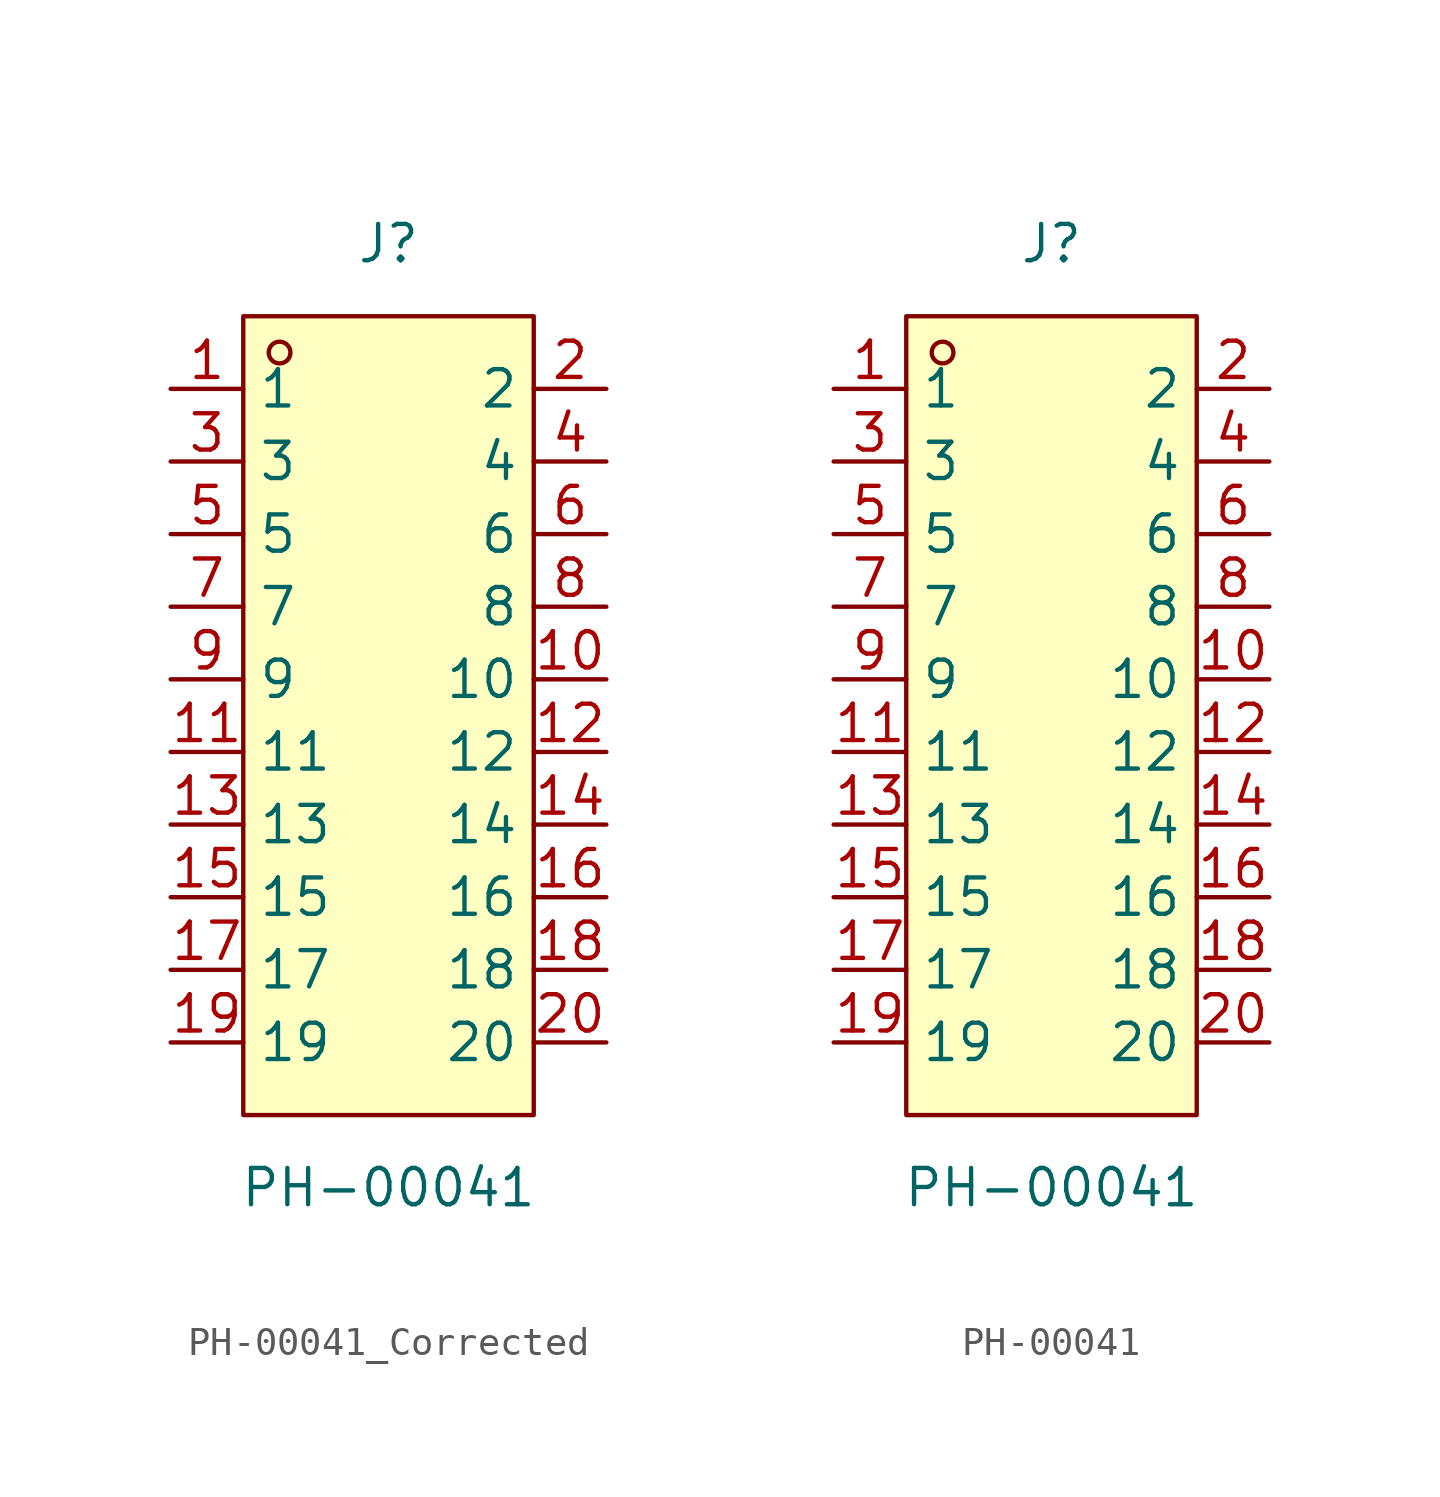
<source format=kicad_sym>
(kicad_symbol_lib
  (version 20220914)
  (generator kicad_symbol_editor)
  (symbol "PH-00041_Corrected"
    (property "Reference" "J"
      (at 0 16.51 0)
      (effects (font (size 1.27 1.27))))
    (property "Value" "PH-00041"
      (at 0 -16.51 0)
      (effects (font (size 1.27 1.27))))
    (symbol "PH-00041_Corrected_0_1"
      (rectangle (start -5.08 13.97) (end 5.08 -13.97) (stroke (width 0) (type default)) (fill (type background)))
      (circle (center -3.81 12.7) (radius 0.38) (stroke (width 0) (type default)) (fill (type none)))
      (pin unspecified line (at -7.62 11.43 0) (length 2.54) (name "1" (effects (font (size 1.27 1.27)))) (number "1" (effects (font (size 1.27 1.27)))))
      (pin unspecified line (at 7.62 1.27 180) (length 2.54) (name "10" (effects (font (size 1.27 1.27)))) (number "10" (effects (font (size 1.27 1.27)))))
      (pin unspecified line (at -7.62 -1.27 0) (length 2.54) (name "11" (effects (font (size 1.27 1.27)))) (number "11" (effects (font (size 1.27 1.27)))))
      (pin unspecified line (at 7.62 -1.27 180) (length 2.54) (name "12" (effects (font (size 1.27 1.27)))) (number "12" (effects (font (size 1.27 1.27)))))
      (pin unspecified line (at -7.62 -3.81 0) (length 2.54) (name "13" (effects (font (size 1.27 1.27)))) (number "13" (effects (font (size 1.27 1.27)))))
      (pin unspecified line (at 7.62 -3.81 180) (length 2.54) (name "14" (effects (font (size 1.27 1.27)))) (number "14" (effects (font (size 1.27 1.27)))))
      (pin unspecified line (at -7.62 -6.35 0) (length 2.54) (name "15" (effects (font (size 1.27 1.27)))) (number "15" (effects (font (size 1.27 1.27)))))
      (pin unspecified line (at 7.62 -6.35 180) (length 2.54) (name "16" (effects (font (size 1.27 1.27)))) (number "16" (effects (font (size 1.27 1.27)))))
      (pin unspecified line (at -7.62 -8.89 0) (length 2.54) (name "17" (effects (font (size 1.27 1.27)))) (number "17" (effects (font (size 1.27 1.27)))))
      (pin unspecified line (at 7.62 -8.89 180) (length 2.54) (name "18" (effects (font (size 1.27 1.27)))) (number "18" (effects (font (size 1.27 1.27)))))
      (pin unspecified line (at -7.62 -11.43 0) (length 2.54) (name "19" (effects (font (size 1.27 1.27)))) (number "19" (effects (font (size 1.27 1.27)))))
      (pin unspecified line (at 7.62 11.43 180) (length 2.54) (name "2" (effects (font (size 1.27 1.27)))) (number "2" (effects (font (size 1.27 1.27)))))
      (pin unspecified line (at 7.62 -11.43 180) (length 2.54) (name "20" (effects (font (size 1.27 1.27)))) (number "20" (effects (font (size 1.27 1.27)))))
      (pin unspecified line (at -7.62 8.89 0) (length 2.54) (name "3" (effects (font (size 1.27 1.27)))) (number "3" (effects (font (size 1.27 1.27)))))
      (pin unspecified line (at 7.62 8.89 180) (length 2.54) (name "4" (effects (font (size 1.27 1.27)))) (number "4" (effects (font (size 1.27 1.27)))))
      (pin unspecified line (at -7.62 6.35 0) (length 2.54) (name "5" (effects (font (size 1.27 1.27)))) (number "5" (effects (font (size 1.27 1.27)))))
      (pin unspecified line (at 7.62 6.35 180) (length 2.54) (name "6" (effects (font (size 1.27 1.27)))) (number "6" (effects (font (size 1.27 1.27)))))
      (pin unspecified line (at -7.62 3.81 0) (length 2.54) (name "7" (effects (font (size 1.27 1.27)))) (number "7" (effects (font (size 1.27 1.27)))))
      (pin unspecified line (at 7.62 3.81 180) (length 2.54) (name "8" (effects (font (size 1.27 1.27)))) (number "8" (effects (font (size 1.27 1.27)))))
      (pin unspecified line (at -7.62 1.27 0) (length 2.54) (name "9" (effects (font (size 1.27 1.27)))) (number "9" (effects (font (size 1.27 1.27)))))))
  (symbol "PH-00041"
    (property "Reference" "J"
      (at 0 16.51 0)
      (effects (font (size 1.27 1.27))))
    (property "Value" "PH-00041"
      (at 0 -16.51 0)
      (effects (font (size 1.27 1.27))))
    (symbol "PH-00041_0_1"
      (rectangle (start -5.08 13.97) (end 5.08 -13.97) (stroke (width 0) (type default)) (fill (type background)))
      (circle (center -3.81 12.7) (radius 0.38) (stroke (width 0) (type default)) (fill (type none))))
    (symbol "PH-00041_1_1"
      (pin passive line (at -7.62 11.43 0) (length 2.54) (name "1" (effects (font (size 1.27 1.27)))) (number "1" (effects (font (size 1.27 1.27)))))
      (pin passive line (at 7.62 1.27 180) (length 2.54) (name "10" (effects (font (size 1.27 1.27)))) (number "10" (effects (font (size 1.27 1.27)))))
      (pin passive line (at -7.62 -1.27 0) (length 2.54) (name "11" (effects (font (size 1.27 1.27)))) (number "11" (effects (font (size 1.27 1.27)))))
      (pin passive line (at 7.62 -1.27 180) (length 2.54) (name "12" (effects (font (size 1.27 1.27)))) (number "12" (effects (font (size 1.27 1.27)))))
      (pin passive line (at -7.62 -3.81 0) (length 2.54) (name "13" (effects (font (size 1.27 1.27)))) (number "13" (effects (font (size 1.27 1.27)))))
      (pin passive line (at 7.62 -3.81 180) (length 2.54) (name "14" (effects (font (size 1.27 1.27)))) (number "14" (effects (font (size 1.27 1.27)))))
      (pin passive line (at -7.62 -6.35 0) (length 2.54) (name "15" (effects (font (size 1.27 1.27)))) (number "15" (effects (font (size 1.27 1.27)))))
      (pin passive line (at 7.62 -6.35 180) (length 2.54) (name "16" (effects (font (size 1.27 1.27)))) (number "16" (effects (font (size 1.27 1.27)))))
      (pin passive line (at -7.62 -8.89 0) (length 2.54) (name "17" (effects (font (size 1.27 1.27)))) (number "17" (effects (font (size 1.27 1.27)))))
      (pin passive line (at 7.62 -8.89 180) (length 2.54) (name "18" (effects (font (size 1.27 1.27)))) (number "18" (effects (font (size 1.27 1.27)))))
      (pin passive line (at -7.62 -11.43 0) (length 2.54) (name "19" (effects (font (size 1.27 1.27)))) (number "19" (effects (font (size 1.27 1.27)))))
      (pin passive line (at 7.62 11.43 180) (length 2.54) (name "2" (effects (font (size 1.27 1.27)))) (number "2" (effects (font (size 1.27 1.27)))))
      (pin passive line (at 7.62 -11.43 180) (length 2.54) (name "20" (effects (font (size 1.27 1.27)))) (number "20" (effects (font (size 1.27 1.27)))))
      (pin passive line (at -7.62 8.89 0) (length 2.54) (name "3" (effects (font (size 1.27 1.27)))) (number "3" (effects (font (size 1.27 1.27)))))
      (pin passive line (at 7.62 8.89 180) (length 2.54) (name "4" (effects (font (size 1.27 1.27)))) (number "4" (effects (font (size 1.27 1.27)))))
      (pin passive line (at -7.62 6.35 0) (length 2.54) (name "5" (effects (font (size 1.27 1.27)))) (number "5" (effects (font (size 1.27 1.27)))))
      (pin passive line (at 7.62 6.35 180) (length 2.54) (name "6" (effects (font (size 1.27 1.27)))) (number "6" (effects (font (size 1.27 1.27)))))
      (pin passive line (at -7.62 3.81 0) (length 2.54) (name "7" (effects (font (size 1.27 1.27)))) (number "7" (effects (font (size 1.27 1.27)))))
      (pin passive line (at 7.62 3.81 180) (length 2.54) (name "8" (effects (font (size 1.27 1.27)))) (number "8" (effects (font (size 1.27 1.27)))))
      (pin passive line (at -7.62 1.27 0) (length 2.54) (name "9" (effects (font (size 1.27 1.27)))) (number "9" (effects (font (size 1.27 1.27))))))))
</source>
